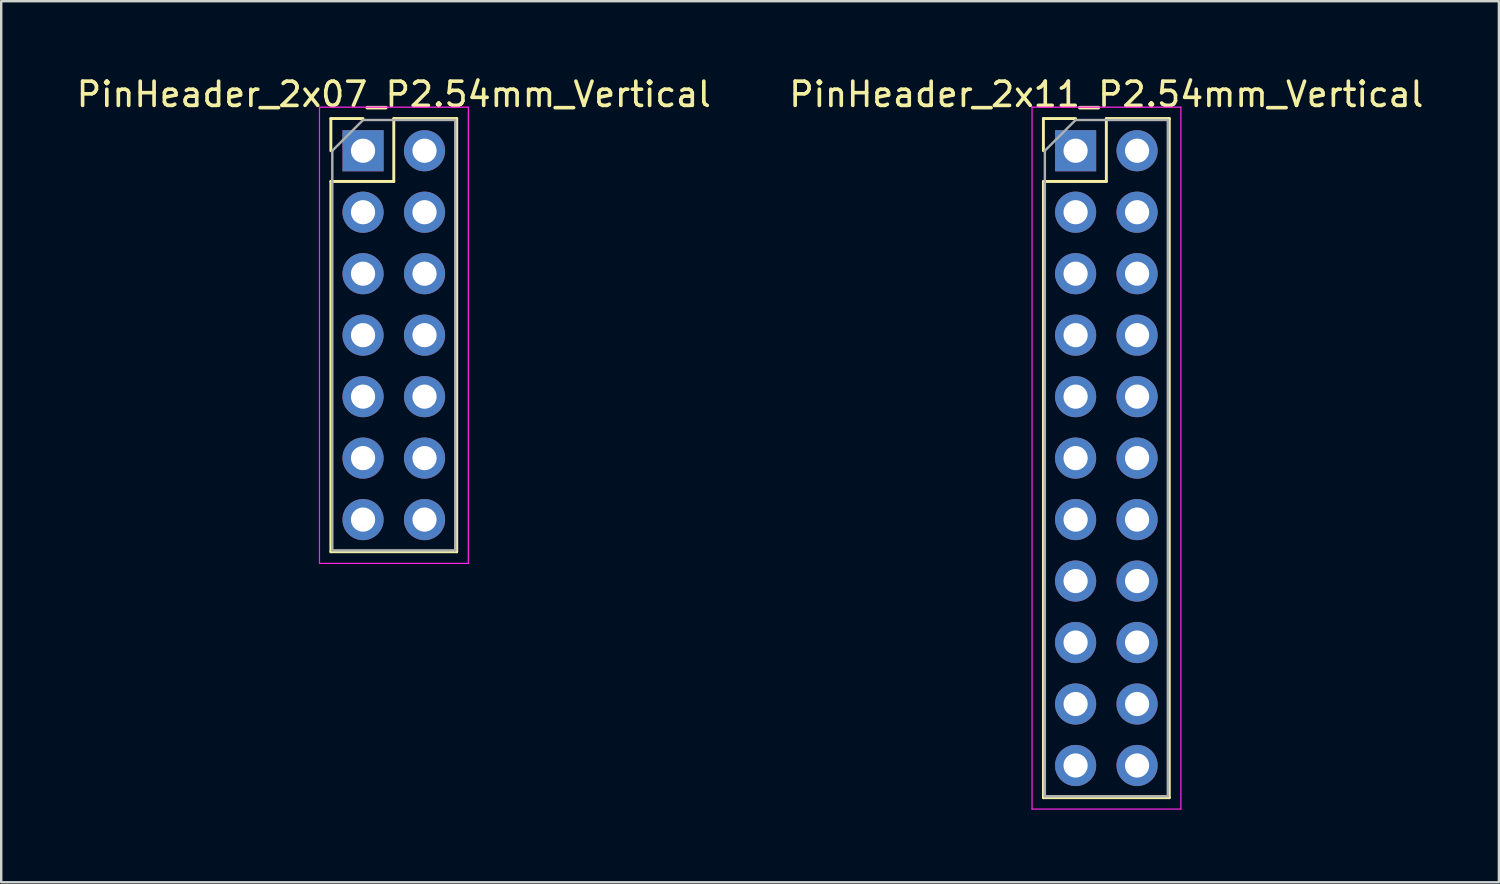
<source format=kicad_pcb>
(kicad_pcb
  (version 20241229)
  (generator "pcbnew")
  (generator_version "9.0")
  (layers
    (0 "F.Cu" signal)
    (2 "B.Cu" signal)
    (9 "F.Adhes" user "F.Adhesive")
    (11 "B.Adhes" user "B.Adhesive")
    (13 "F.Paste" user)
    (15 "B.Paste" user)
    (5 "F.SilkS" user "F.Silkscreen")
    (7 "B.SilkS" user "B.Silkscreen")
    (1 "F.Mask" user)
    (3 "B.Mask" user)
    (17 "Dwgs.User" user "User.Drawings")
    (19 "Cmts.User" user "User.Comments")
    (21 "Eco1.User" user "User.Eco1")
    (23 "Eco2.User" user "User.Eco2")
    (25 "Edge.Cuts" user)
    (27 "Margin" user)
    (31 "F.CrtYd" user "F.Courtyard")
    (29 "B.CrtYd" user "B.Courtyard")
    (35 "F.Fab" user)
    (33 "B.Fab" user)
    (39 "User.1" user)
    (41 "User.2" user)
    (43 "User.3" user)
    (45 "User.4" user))
  (footprint "PinHeader_2x11_P2.54mm_Vertical"
    (layer "F.Cu")
    (at 41.391 3.178)
    (property "Reference" "PinHeader_2x11_P2.54mm_Vertical" (at 1.27 -2.33 180) (layer "F.SilkS") (effects (font (size 1 1) (thickness 0.15))))
    (attr through_hole)
    (fp_line (start -1.33 -1.33) (end 0 -1.33) (stroke (width 0.12) (type solid)) (layer "F.SilkS"))
    (fp_line (start -1.33 0) (end -1.33 -1.33) (stroke (width 0.12) (type solid)) (layer "F.SilkS"))
    (fp_line (start -1.33 1.27) (end -1.33 26.73) (stroke (width 0.12) (type solid)) (layer "F.SilkS"))
    (fp_line (start -1.33 1.27) (end 1.27 1.27) (stroke (width 0.12) (type solid)) (layer "F.SilkS"))
    (fp_line (start -1.33 26.73) (end 3.87 26.73) (stroke (width 0.12) (type solid)) (layer "F.SilkS"))
    (fp_line (start 1.27 -1.33) (end 3.87 -1.33) (stroke (width 0.12) (type solid)) (layer "F.SilkS"))
    (fp_line (start 1.27 1.27) (end 1.27 -1.33) (stroke (width 0.12) (type solid)) (layer "F.SilkS"))
    (fp_line (start 3.87 -1.33) (end 3.87 26.73) (stroke (width 0.12) (type solid)) (layer "F.SilkS"))
    (fp_line (start -1.8 -1.8) (end -1.8 27.2) (stroke (width 0.05) (type solid)) (layer "F.CrtYd"))
    (fp_line (start -1.8 27.2) (end 4.35 27.2) (stroke (width 0.05) (type solid)) (layer "F.CrtYd"))
    (fp_line (start 4.35 -1.8) (end -1.8 -1.8) (stroke (width 0.05) (type solid)) (layer "F.CrtYd"))
    (fp_line (start 4.35 27.2) (end 4.35 -1.8) (stroke (width 0.05) (type solid)) (layer "F.CrtYd"))
    (fp_line (start -1.27 0) (end 0 -1.27) (stroke (width 0.1) (type solid)) (layer "F.Fab"))
    (fp_line (start -1.27 26.67) (end -1.27 0) (stroke (width 0.1) (type solid)) (layer "F.Fab"))
    (fp_line (start 0 -1.27) (end 3.81 -1.27) (stroke (width 0.1) (type solid)) (layer "F.Fab"))
    (fp_line (start 3.81 -1.27) (end 3.81 26.67) (stroke (width 0.1) (type solid)) (layer "F.Fab"))
    (fp_line (start 3.81 26.67) (end -1.27 26.67) (stroke (width 0.1) (type solid)) (layer "F.Fab"))
    (pad "1" thru_hole rect (at 0 0) (size 1.7 1.7) (drill 1) (layers "*.Cu" "*.Mask"))
    (pad "2" thru_hole circle (at 2.54 0) (size 1.7 1.7) (drill 1) (layers "*.Cu" "*.Mask"))
    (pad "3" thru_hole circle (at 0 2.54) (size 1.7 1.7) (drill 1) (layers "*.Cu" "*.Mask"))
    (pad "4" thru_hole circle (at 2.54 2.54) (size 1.7 1.7) (drill 1) (layers "*.Cu" "*.Mask"))
    (pad "5" thru_hole circle (at 0 5.08) (size 1.7 1.7) (drill 1) (layers "*.Cu" "*.Mask"))
    (pad "6" thru_hole circle (at 2.54 5.08) (size 1.7 1.7) (drill 1) (layers "*.Cu" "*.Mask"))
    (pad "7" thru_hole circle (at 0 7.62) (size 1.7 1.7) (drill 1) (layers "*.Cu" "*.Mask"))
    (pad "8" thru_hole circle (at 2.54 7.62) (size 1.7 1.7) (drill 1) (layers "*.Cu" "*.Mask"))
    (pad "9" thru_hole circle (at 0 10.16) (size 1.7 1.7) (drill 1) (layers "*.Cu" "*.Mask"))
    (pad "10" thru_hole circle (at 2.54 10.16) (size 1.7 1.7) (drill 1) (layers "*.Cu" "*.Mask"))
    (pad "11" thru_hole circle (at 0 12.7) (size 1.7 1.7) (drill 1) (layers "*.Cu" "*.Mask"))
    (pad "12" thru_hole circle (at 2.54 12.7) (size 1.7 1.7) (drill 1) (layers "*.Cu" "*.Mask"))
    (pad "13" thru_hole circle (at 0 15.24) (size 1.7 1.7) (drill 1) (layers "*.Cu" "*.Mask"))
    (pad "14" thru_hole circle (at 2.54 15.24) (size 1.7 1.7) (drill 1) (layers "*.Cu" "*.Mask"))
    (pad "15" thru_hole circle (at 0 17.78) (size 1.7 1.7) (drill 1) (layers "*.Cu" "*.Mask"))
    (pad "16" thru_hole circle (at 2.54 17.78) (size 1.7 1.7) (drill 1) (layers "*.Cu" "*.Mask"))
    (pad "17" thru_hole circle (at 0 20.32) (size 1.7 1.7) (drill 1) (layers "*.Cu" "*.Mask"))
    (pad "18" thru_hole circle (at 2.54 20.32) (size 1.7 1.7) (drill 1) (layers "*.Cu" "*.Mask"))
    (pad "19" thru_hole circle (at 0 22.86) (size 1.7 1.7) (drill 1) (layers "*.Cu" "*.Mask"))
    (pad "20" thru_hole circle (at 2.54 22.86) (size 1.7 1.7) (drill 1) (layers "*.Cu" "*.Mask"))
    (pad "21" thru_hole circle (at 0 25.4) (size 1.7 1.7) (drill 1) (layers "*.Cu" "*.Mask"))
    (pad "22" thru_hole circle (at 2.54 25.4) (size 1.7 1.7) (drill 1) (layers "*.Cu" "*.Mask")))
  (footprint "PinHeader_2x07_P2.54mm_Vertical"
    (layer "F.Cu")
    (at 11.95 3.178)
    (property "Reference" "PinHeader_2x07_P2.54mm_Vertical" (at 1.27 -2.33 180) (layer "F.SilkS") (effects (font (size 1 1) (thickness 0.15))))
    (attr through_hole)
    (fp_line (start -1.33 -1.33) (end 0 -1.33) (stroke (width 0.12) (type solid)) (layer "F.SilkS"))
    (fp_line (start -1.33 0) (end -1.33 -1.33) (stroke (width 0.12) (type solid)) (layer "F.SilkS"))
    (fp_line (start -1.33 1.27) (end -1.33 16.57) (stroke (width 0.12) (type solid)) (layer "F.SilkS"))
    (fp_line (start -1.33 1.27) (end 1.27 1.27) (stroke (width 0.12) (type solid)) (layer "F.SilkS"))
    (fp_line (start -1.33 16.57) (end 3.87 16.57) (stroke (width 0.12) (type solid)) (layer "F.SilkS"))
    (fp_line (start 1.27 -1.33) (end 3.87 -1.33) (stroke (width 0.12) (type solid)) (layer "F.SilkS"))
    (fp_line (start 1.27 1.27) (end 1.27 -1.33) (stroke (width 0.12) (type solid)) (layer "F.SilkS"))
    (fp_line (start 3.87 -1.33) (end 3.87 16.57) (stroke (width 0.12) (type solid)) (layer "F.SilkS"))
    (fp_line (start -1.8 -1.8) (end -1.8 17.05) (stroke (width 0.05) (type solid)) (layer "F.CrtYd"))
    (fp_line (start -1.8 17.05) (end 4.35 17.05) (stroke (width 0.05) (type solid)) (layer "F.CrtYd"))
    (fp_line (start 4.35 -1.8) (end -1.8 -1.8) (stroke (width 0.05) (type solid)) (layer "F.CrtYd"))
    (fp_line (start 4.35 17.05) (end 4.35 -1.8) (stroke (width 0.05) (type solid)) (layer "F.CrtYd"))
    (fp_line (start -1.27 0) (end 0 -1.27) (stroke (width 0.1) (type solid)) (layer "F.Fab"))
    (fp_line (start -1.27 16.51) (end -1.27 0) (stroke (width 0.1) (type solid)) (layer "F.Fab"))
    (fp_line (start 0 -1.27) (end 3.81 -1.27) (stroke (width 0.1) (type solid)) (layer "F.Fab"))
    (fp_line (start 3.81 -1.27) (end 3.81 16.51) (stroke (width 0.1) (type solid)) (layer "F.Fab"))
    (fp_line (start 3.81 16.51) (end -1.27 16.51) (stroke (width 0.1) (type solid)) (layer "F.Fab"))
    (pad "1" thru_hole rect (at 0 0) (size 1.7 1.7) (drill 1) (layers "*.Cu" "*.Mask"))
    (pad "2" thru_hole circle (at 2.54 0) (size 1.7 1.7) (drill 1) (layers "*.Cu" "*.Mask"))
    (pad "3" thru_hole oval (at 0 2.54) (size 1.7 1.7) (drill 1) (layers "*.Cu" "*.Mask"))
    (pad "4" thru_hole oval (at 2.54 2.54) (size 1.7 1.7) (drill 1) (layers "*.Cu" "*.Mask"))
    (pad "5" thru_hole oval (at 0 5.08) (size 1.7 1.7) (drill 1) (layers "*.Cu" "*.Mask"))
    (pad "6" thru_hole oval (at 2.54 5.08) (size 1.7 1.7) (drill 1) (layers "*.Cu" "*.Mask"))
    (pad "7" thru_hole oval (at 0 7.62) (size 1.7 1.7) (drill 1) (layers "*.Cu" "*.Mask"))
    (pad "8" thru_hole circle (at 2.54 7.62) (size 1.7 1.7) (drill 1) (layers "*.Cu" "*.Mask"))
    (pad "9" thru_hole circle (at 0 10.16) (size 1.7 1.7) (drill 1) (layers "*.Cu" "*.Mask"))
    (pad "10" thru_hole oval (at 2.54 10.16) (size 1.7 1.7) (drill 1) (layers "*.Cu" "*.Mask"))
    (pad "11" thru_hole circle (at 0 12.7) (size 1.7 1.7) (drill 1) (layers "*.Cu" "*.Mask"))
    (pad "12" thru_hole oval (at 2.54 12.7) (size 1.7 1.7) (drill 1) (layers "*.Cu" "*.Mask"))
    (pad "13" thru_hole circle (at 0 15.24) (size 1.7 1.7) (drill 1) (layers "*.Cu" "*.Mask"))
    (pad "14" thru_hole circle (at 2.54 15.24) (size 1.7 1.7) (drill 1) (layers "*.Cu" "*.Mask")))
  (gr_rect
    (start -3 -3)
    (end 58.881 33.403)
    (stroke (width 0.1) (type default))
    (fill no)
    (layer "Edge.Cuts")))
</source>
